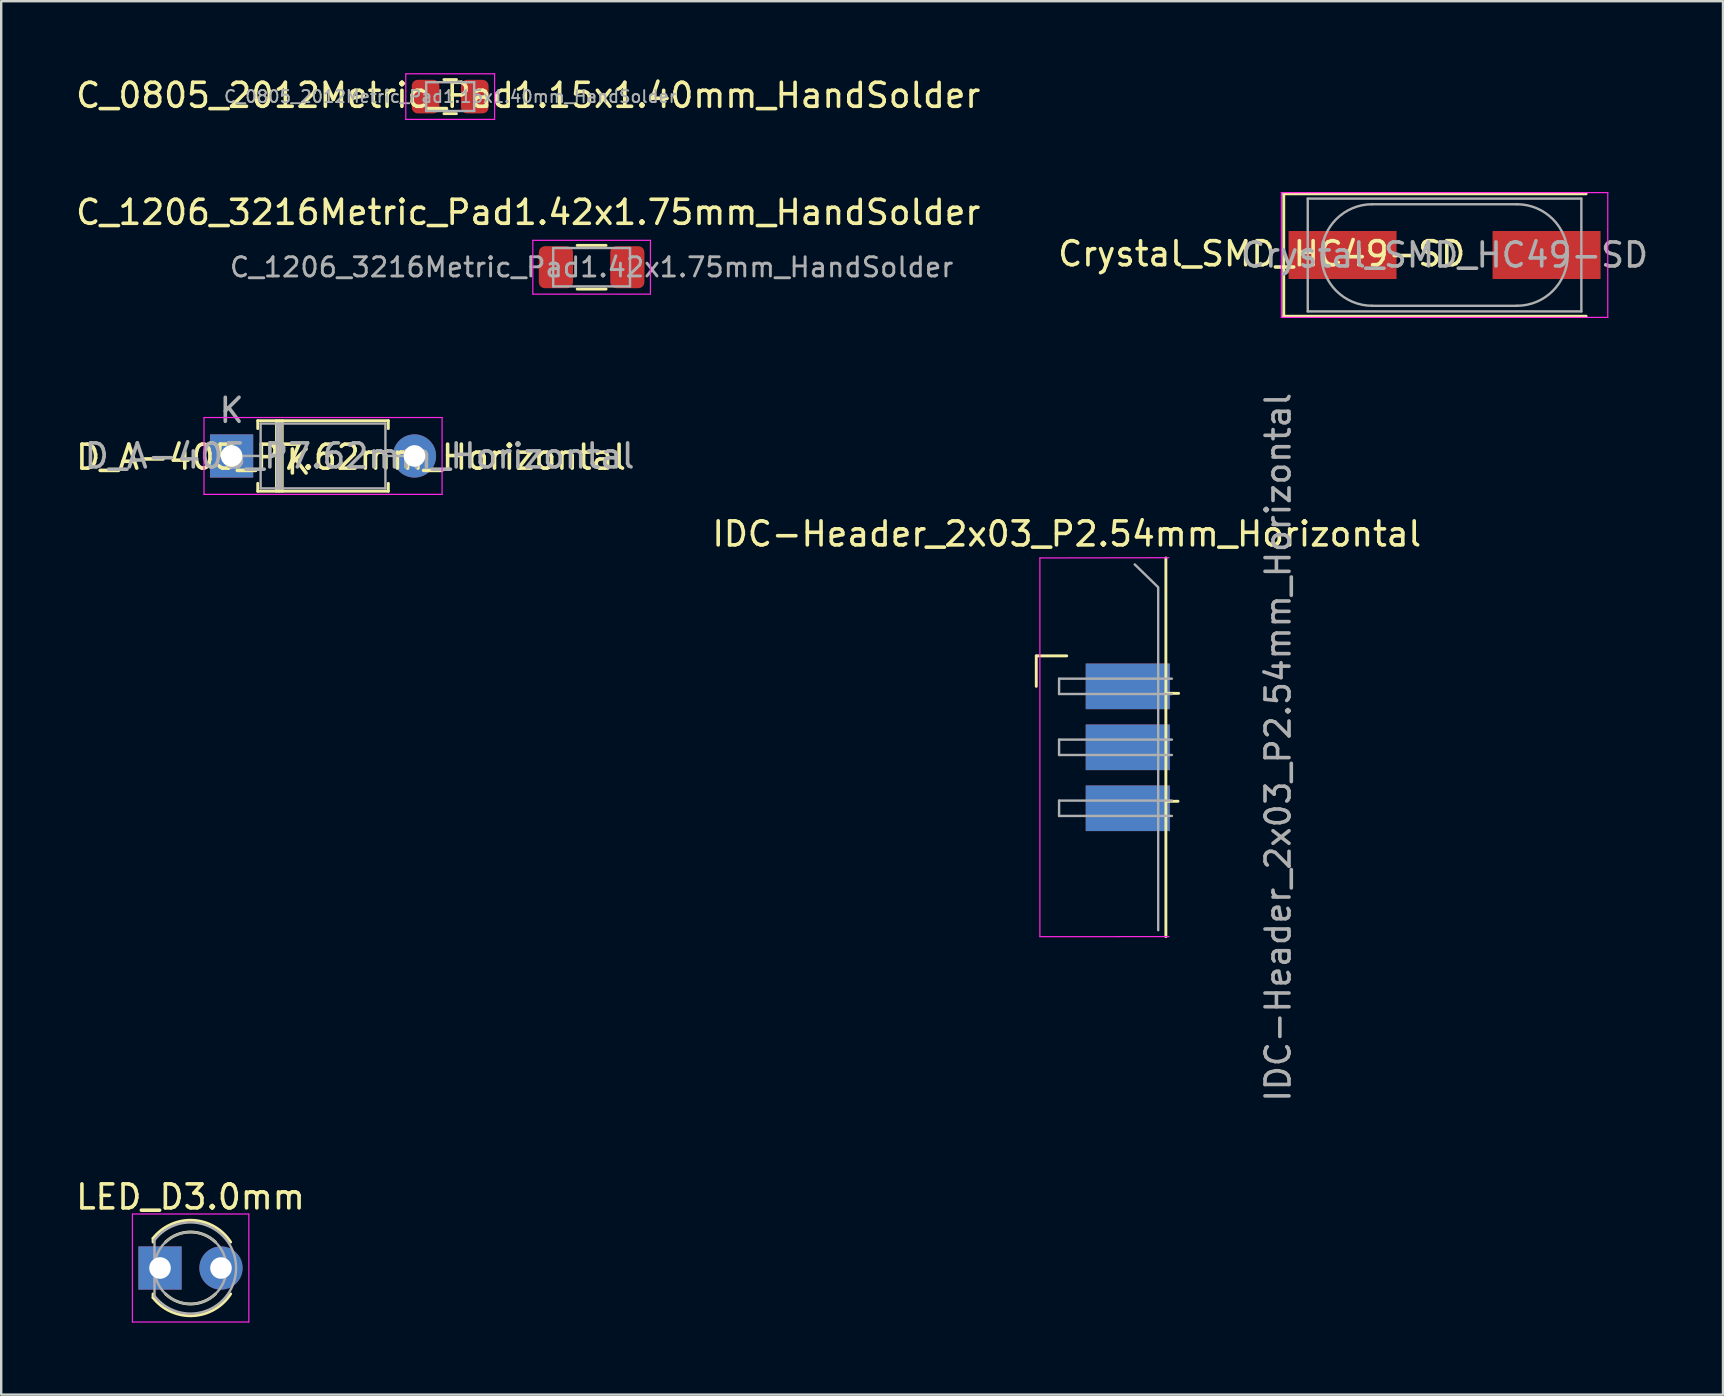
<source format=kicad_pcb>
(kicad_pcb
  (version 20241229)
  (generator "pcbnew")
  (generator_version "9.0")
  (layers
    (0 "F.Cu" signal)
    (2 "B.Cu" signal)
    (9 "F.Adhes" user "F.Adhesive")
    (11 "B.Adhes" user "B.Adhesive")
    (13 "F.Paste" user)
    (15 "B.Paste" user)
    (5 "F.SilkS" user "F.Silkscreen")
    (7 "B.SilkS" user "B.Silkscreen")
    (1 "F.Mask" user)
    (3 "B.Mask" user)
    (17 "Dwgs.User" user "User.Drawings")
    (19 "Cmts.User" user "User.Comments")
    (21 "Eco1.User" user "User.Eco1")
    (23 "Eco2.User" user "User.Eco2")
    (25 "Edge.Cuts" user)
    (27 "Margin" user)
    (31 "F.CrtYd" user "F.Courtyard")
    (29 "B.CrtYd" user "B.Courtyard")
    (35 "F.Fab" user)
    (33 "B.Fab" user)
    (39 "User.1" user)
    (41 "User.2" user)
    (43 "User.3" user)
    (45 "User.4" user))
  (footprint "Crystal_SMD_HC49-SD"
    (layer "F.Cu")
    (at 57.138 7.575)
    (property "Reference" "Crystal_SMD_HC49-SD" (at -7.62 -0.051 0) (layer "F.SilkS") (effects (font (size 1 1) (thickness 0.15))))
    (attr smd)
    (fp_line (start -6.7 -2.55) (end -6.7 2.55) (stroke (width 0.12) (type solid)) (layer "F.SilkS"))
    (fp_line (start -6.7 2.55) (end 5.9 2.55) (stroke (width 0.12) (type solid)) (layer "F.SilkS"))
    (fp_line (start 5.9 -2.55) (end -6.7 -2.55) (stroke (width 0.12) (type solid)) (layer "F.SilkS"))
    (fp_line (start -6.8 -2.6) (end -6.8 2.6) (stroke (width 0.05) (type solid)) (layer "F.CrtYd"))
    (fp_line (start -6.8 2.6) (end 6.8 2.6) (stroke (width 0.05) (type solid)) (layer "F.CrtYd"))
    (fp_line (start 6.8 -2.6) (end -6.8 -2.6) (stroke (width 0.05) (type solid)) (layer "F.CrtYd"))
    (fp_line (start 6.8 2.6) (end 6.8 -2.6) (stroke (width 0.05) (type solid)) (layer "F.CrtYd"))
    (fp_line (start -5.7 -2.35) (end -5.7 2.35) (stroke (width 0.1) (type solid)) (layer "F.Fab"))
    (fp_line (start -5.7 2.35) (end 5.7 2.35) (stroke (width 0.1) (type solid)) (layer "F.Fab"))
    (fp_line (start -3.015 -2.115) (end 3.015 -2.115) (stroke (width 0.1) (type solid)) (layer "F.Fab"))
    (fp_line (start -3.015 2.115) (end 3.015 2.115) (stroke (width 0.1) (type solid)) (layer "F.Fab"))
    (fp_line (start 5.7 -2.35) (end -5.7 -2.35) (stroke (width 0.1) (type solid)) (layer "F.Fab"))
    (fp_line (start 5.7 2.35) (end 5.7 -2.35) (stroke (width 0.1) (type solid)) (layer "F.Fab"))
    (fp_arc (start -3.015 2.115) (mid -5.13 0) (end -3.015 -2.115) (stroke (width 0.1) (type solid)) (layer "F.Fab"))
    (fp_arc (start 3.015 -2.115) (mid 5.13 0) (end 3.015 2.115) (stroke (width 0.1) (type solid)) (layer "F.Fab"))
    (fp_text user "${REFERENCE}" (at 0 0 0) (layer "F.Fab") (effects (font (size 1 1) (thickness 0.15))))
    (pad "1" smd rect (at -4.25 0) (size 4.5 2) (layers "F.Cu" "F.Mask" "F.Paste"))
    (pad "2" smd rect (at 4.25 0) (size 4.5 2) (layers "F.Cu" "F.Mask" "F.Paste")))
  (footprint "C_1206_3216Metric_Pad1.42x1.75mm_HandSolder"
    (layer "F.Cu")
    (at 21.6 8.084)
    (property "Reference" "C_1206_3216Metric_Pad1.42x1.75mm_HandSolder" (at -2.642 -2.286 0) (layer "F.SilkS") (effects (font (size 1 1) (thickness 0.15))))
    (attr smd)
    (fp_line (start -0.602 -0.91) (end 0.602 -0.91) (stroke (width 0.12) (type solid)) (layer "F.SilkS"))
    (fp_line (start -0.602 0.91) (end 0.602 0.91) (stroke (width 0.12) (type solid)) (layer "F.SilkS"))
    (fp_line (start -2.45 -1.12) (end 2.45 -1.12) (stroke (width 0.05) (type solid)) (layer "F.CrtYd"))
    (fp_line (start -2.45 1.12) (end -2.45 -1.12) (stroke (width 0.05) (type solid)) (layer "F.CrtYd"))
    (fp_line (start 2.45 -1.12) (end 2.45 1.12) (stroke (width 0.05) (type solid)) (layer "F.CrtYd"))
    (fp_line (start 2.45 1.12) (end -2.45 1.12) (stroke (width 0.05) (type solid)) (layer "F.CrtYd"))
    (fp_line (start -1.6 -0.8) (end 1.6 -0.8) (stroke (width 0.1) (type solid)) (layer "F.Fab"))
    (fp_line (start -1.6 0.8) (end -1.6 -0.8) (stroke (width 0.1) (type solid)) (layer "F.Fab"))
    (fp_line (start 1.6 -0.8) (end 1.6 0.8) (stroke (width 0.1) (type solid)) (layer "F.Fab"))
    (fp_line (start 1.6 0.8) (end -1.6 0.8) (stroke (width 0.1) (type solid)) (layer "F.Fab"))
    (fp_text user "${REFERENCE}" (at 0 0 0) (layer "F.Fab") (effects (font (size 0.8 0.8) (thickness 0.12))))
    (pad "1" smd roundrect (at -1.488 0) (size 1.425 1.75) (layers "F.Cu" "F.Mask" "F.Paste") (roundrect_rratio 0.175))
    (pad "2" smd roundrect (at 1.488 0) (size 1.425 1.75) (layers "F.Cu" "F.Mask" "F.Paste") (roundrect_rratio 0.175)))
  (footprint "LED_D3.0mm"
    (layer "F.Cu")
    (at 3.617 49.782)
    (property "Reference" "LED_D3.0mm" (at 1.27 -2.96 0) (layer "F.SilkS") (effects (font (size 1 1) (thickness 0.15))))
    (attr through_hole)
    (fp_line (start -0.29 -1.236) (end -0.29 -1.08) (stroke (width 0.12) (type solid)) (layer "F.SilkS"))
    (fp_line (start -0.29 1.08) (end -0.29 1.236) (stroke (width 0.12) (type solid)) (layer "F.SilkS"))
    (fp_arc (start -0.29 -1.235516) (mid 1.366487 -1.987659) (end 2.942335 -1.078608) (stroke (width 0.12) (type solid)) (layer "F.SilkS"))
    (fp_arc (start 0.229039 -1.08) (mid 1.270117 -1.5) (end 2.31113 -1.079837) (stroke (width 0.12) (type solid)) (layer "F.SilkS"))
    (fp_arc (start 2.31113 1.079837) (mid 1.270117 1.5) (end 0.229039 1.08) (stroke (width 0.12) (type solid)) (layer "F.SilkS"))
    (fp_arc (start 2.942335 1.078608) (mid 1.366487 1.987659) (end -0.29 1.235516) (stroke (width 0.12) (type solid)) (layer "F.SilkS"))
    (fp_line (start -1.15 -2.25) (end -1.15 2.25) (stroke (width 0.05) (type solid)) (layer "F.CrtYd"))
    (fp_line (start -1.15 2.25) (end 3.7 2.25) (stroke (width 0.05) (type solid)) (layer "F.CrtYd"))
    (fp_line (start 3.7 -2.25) (end -1.15 -2.25) (stroke (width 0.05) (type solid)) (layer "F.CrtYd"))
    (fp_line (start 3.7 2.25) (end 3.7 -2.25) (stroke (width 0.05) (type solid)) (layer "F.CrtYd"))
    (fp_line (start -0.23 -1.166) (end -0.23 1.166) (stroke (width 0.1) (type solid)) (layer "F.Fab"))
    (fp_arc (start -0.23 -1.16619) (mid 3.17 0.000452) (end -0.230555 1.165476) (stroke (width 0.1) (type solid)) (layer "F.Fab"))
    (fp_circle (center 1.27 0) (end 2.77 0) (stroke (width 0.1) (type solid)) (fill no) (layer "F.Fab"))
    (pad "1" thru_hole rect (at 0 0) (size 1.8 1.8) (drill 0.9) (layers "*.Cu" "*.Mask"))
    (pad "2" thru_hole circle (at 2.54 0) (size 1.8 1.8) (drill 0.9) (layers "*.Cu" "*.Mask")))
  (footprint "D_A-405_P7.62mm_Horizontal"
    (layer "F.Cu")
    (at 6.599 15.948)
    (property "Reference" "D_A-405_P7.62mm_Horizontal" (at 4.978 0.051 0) (layer "F.SilkS") (effects (font (size 1 1) (thickness 0.15))))
    (attr through_hole)
    (fp_line (start 1.09 -1.47) (end 6.53 -1.47) (stroke (width 0.12) (type solid)) (layer "F.SilkS"))
    (fp_line (start 1.09 -1.14) (end 1.09 -1.47) (stroke (width 0.12) (type solid)) (layer "F.SilkS"))
    (fp_line (start 1.09 1.14) (end 1.09 1.47) (stroke (width 0.12) (type solid)) (layer "F.SilkS"))
    (fp_line (start 1.09 1.47) (end 6.53 1.47) (stroke (width 0.12) (type solid)) (layer "F.SilkS"))
    (fp_line (start 1.87 -1.47) (end 1.87 1.47) (stroke (width 0.12) (type solid)) (layer "F.SilkS"))
    (fp_line (start 1.99 -1.47) (end 1.99 1.47) (stroke (width 0.12) (type solid)) (layer "F.SilkS"))
    (fp_line (start 2.11 -1.47) (end 2.11 1.47) (stroke (width 0.12) (type solid)) (layer "F.SilkS"))
    (fp_line (start 6.53 -1.47) (end 6.53 -1.14) (stroke (width 0.12) (type solid)) (layer "F.SilkS"))
    (fp_line (start 6.53 1.47) (end 6.53 1.14) (stroke (width 0.12) (type solid)) (layer "F.SilkS"))
    (fp_line (start -1.15 -1.6) (end -1.15 1.6) (stroke (width 0.05) (type solid)) (layer "F.CrtYd"))
    (fp_line (start -1.15 1.6) (end 8.77 1.6) (stroke (width 0.05) (type solid)) (layer "F.CrtYd"))
    (fp_line (start 8.77 -1.6) (end -1.15 -1.6) (stroke (width 0.05) (type solid)) (layer "F.CrtYd"))
    (fp_line (start 8.77 1.6) (end 8.77 -1.6) (stroke (width 0.05) (type solid)) (layer "F.CrtYd"))
    (fp_line (start 0 0) (end 1.21 0) (stroke (width 0.1) (type solid)) (layer "F.Fab"))
    (fp_line (start 1.21 -1.35) (end 1.21 1.35) (stroke (width 0.1) (type solid)) (layer "F.Fab"))
    (fp_line (start 1.21 1.35) (end 6.41 1.35) (stroke (width 0.1) (type solid)) (layer "F.Fab"))
    (fp_line (start 1.89 -1.35) (end 1.89 1.35) (stroke (width 0.1) (type solid)) (layer "F.Fab"))
    (fp_line (start 1.99 -1.35) (end 1.99 1.35) (stroke (width 0.1) (type solid)) (layer "F.Fab"))
    (fp_line (start 2.09 -1.35) (end 2.09 1.35) (stroke (width 0.1) (type solid)) (layer "F.Fab"))
    (fp_line (start 6.41 -1.35) (end 1.21 -1.35) (stroke (width 0.1) (type solid)) (layer "F.Fab"))
    (fp_line (start 6.41 1.35) (end 6.41 -1.35) (stroke (width 0.1) (type solid)) (layer "F.Fab"))
    (fp_line (start 7.62 0) (end 6.41 0) (stroke (width 0.1) (type solid)) (layer "F.Fab"))
    (fp_text user "K" (at 2.794 0.254 0) (layer "F.SilkS") (effects (font (size 1 1) (thickness 0.15))))
    (fp_text user "K" (at 0 -1.9 0) (layer "F.Fab") (effects (font (size 1 1) (thickness 0.15))))
    (fp_text user "${REFERENCE}" (at 5.334 0 0) (layer "F.Fab") (effects (font (size 1 1) (thickness 0.15))))
    (pad "1" thru_hole rect (at 0 0) (size 1.8 1.8) (drill 0.9) (layers "*.Cu" "*.Mask"))
    (pad "2" thru_hole oval (at 7.62 0) (size 1.8 1.8) (drill 0.9) (layers "*.Cu" "*.Mask")))
  (footprint "IDC-Header_2x03_P2.54mm_Horizontal"
    (layer "F.Cu")
    (at 41.397 25.547)
    (property "Reference" "IDC-Header_2x03_P2.54mm_Horizontal" (at 0 -6.35 0) (layer "F.SilkS") (effects (font (size 1 1) (thickness 0.15))))
    (attr through_hole)
    (fp_line (start -1.27 -1.27) (end -1.27 0) (stroke (width 0.12) (type solid)) (layer "F.SilkS"))
    (fp_line (start 0 -1.27) (end -1.27 -1.27) (stroke (width 0.12) (type solid)) (layer "F.SilkS"))
    (fp_line (start 4.13 0.29) (end 4.661 0.292) (stroke (width 0.12) (type solid)) (layer "F.SilkS"))
    (fp_line (start 4.13 4.79) (end 4.636 4.788) (stroke (width 0.12) (type solid)) (layer "F.SilkS"))
    (fp_line (start 4.13 10.43) (end 4.13 -5.35) (stroke (width 0.12) (type solid)) (layer "F.SilkS"))
    (fp_line (start -1.12 -5.35) (end 4.255 -5.359) (stroke (width 0.05) (type solid)) (layer "F.CrtYd"))
    (fp_line (start -1.12 10.43) (end -1.12 -5.35) (stroke (width 0.05) (type solid)) (layer "F.CrtYd"))
    (fp_line (start 4.255 10.427) (end -1.12 10.43) (stroke (width 0.05) (type solid)) (layer "F.CrtYd"))
    (fp_line (start -0.32 -0.32) (end -0.32 0.32) (stroke (width 0.1) (type solid)) (layer "F.Fab"))
    (fp_line (start -0.32 0.32) (end 4.38 0.32) (stroke (width 0.1) (type solid)) (layer "F.Fab"))
    (fp_line (start -0.32 2.22) (end -0.32 2.86) (stroke (width 0.1) (type solid)) (layer "F.Fab"))
    (fp_line (start -0.32 2.86) (end 4.38 2.86) (stroke (width 0.1) (type solid)) (layer "F.Fab"))
    (fp_line (start -0.32 4.76) (end -0.32 5.4) (stroke (width 0.1) (type solid)) (layer "F.Fab"))
    (fp_line (start -0.32 5.4) (end 4.38 5.4) (stroke (width 0.1) (type solid)) (layer "F.Fab"))
    (fp_line (start 2.832 -5.08) (end 3.797 -4.14) (stroke (width 0.1) (type solid)) (layer "F.Fab"))
    (fp_line (start 3.81 10.16) (end 3.81 -4.12) (stroke (width 0.1) (type solid)) (layer "F.Fab"))
    (fp_line (start 4.38 -0.32) (end -0.32 -0.32) (stroke (width 0.1) (type solid)) (layer "F.Fab"))
    (fp_line (start 4.38 2.22) (end -0.32 2.22) (stroke (width 0.1) (type solid)) (layer "F.Fab"))
    (fp_line (start 4.38 4.76) (end -0.32 4.76) (stroke (width 0.1) (type solid)) (layer "F.Fab"))
    (fp_text user "${REFERENCE}" (at 8.805 2.54 90) (layer "F.Fab") (effects (font (size 1 1) (thickness 0.15))))
    (pad "1" smd rect (at 2.54 0) (size 3.5 1.9) (layers "B.Cu" "B.Mask" "B.Paste"))
    (pad "2" smd rect (at 2.54 0) (size 3.5 1.9) (layers "F.Cu" "F.Mask" "F.Paste"))
    (pad "3" smd rect (at 2.54 2.54) (size 3.5 1.9) (layers "B.Cu" "B.Mask" "B.Paste"))
    (pad "4" smd rect (at 2.54 2.54) (size 3.5 1.9) (layers "F.Cu" "F.Mask" "F.Paste"))
    (pad "5" smd rect (at 2.54 5.08) (size 3.5 1.9) (layers "B.Cu" "B.Mask" "B.Paste"))
    (pad "6" smd rect (at 2.54 5.08) (size 3.5 1.9) (layers "F.Cu" "F.Mask" "F.Paste")))
  (footprint "C_0805_2012Metric_Pad1.15x1.40mm_HandSolder"
    (layer "F.Cu")
    (at 15.707 0.975)
    (property "Reference" "C_0805_2012Metric_Pad1.15x1.40mm_HandSolder" (at 3.251 -0.051 0) (layer "F.SilkS") (effects (font (size 1 1) (thickness 0.15))))
    (attr smd)
    (fp_line (start -0.261 -0.71) (end 0.261 -0.71) (stroke (width 0.12) (type solid)) (layer "F.SilkS"))
    (fp_line (start -0.261 0.71) (end 0.261 0.71) (stroke (width 0.12) (type solid)) (layer "F.SilkS"))
    (fp_line (start -1.85 -0.95) (end 1.85 -0.95) (stroke (width 0.05) (type solid)) (layer "F.CrtYd"))
    (fp_line (start -1.85 0.95) (end -1.85 -0.95) (stroke (width 0.05) (type solid)) (layer "F.CrtYd"))
    (fp_line (start 1.85 -0.95) (end 1.85 0.95) (stroke (width 0.05) (type solid)) (layer "F.CrtYd"))
    (fp_line (start 1.85 0.95) (end -1.85 0.95) (stroke (width 0.05) (type solid)) (layer "F.CrtYd"))
    (fp_line (start -1 -0.6) (end 1 -0.6) (stroke (width 0.1) (type solid)) (layer "F.Fab"))
    (fp_line (start -1 0.6) (end -1 -0.6) (stroke (width 0.1) (type solid)) (layer "F.Fab"))
    (fp_line (start 1 -0.6) (end 1 0.6) (stroke (width 0.1) (type solid)) (layer "F.Fab"))
    (fp_line (start 1 0.6) (end -1 0.6) (stroke (width 0.1) (type solid)) (layer "F.Fab"))
    (fp_text user "${REFERENCE}" (at 0 0 0) (layer "F.Fab") (effects (font (size 0.5 0.5) (thickness 0.08))))
    (pad "1" smd roundrect (at -1.025 0) (size 1.15 1.4) (layers "F.Cu" "F.Mask" "F.Paste") (roundrect_rratio 0.217))
    (pad "2" smd roundrect (at 1.025 0) (size 1.15 1.4) (layers "F.Cu" "F.Mask" "F.Paste") (roundrect_rratio 0.217)))
  (gr_rect
    (start -3 -3)
    (end 68.739 55.057)
    (stroke (width 0.1) (type default))
    (fill no)
    (layer "Edge.Cuts")))
</source>
